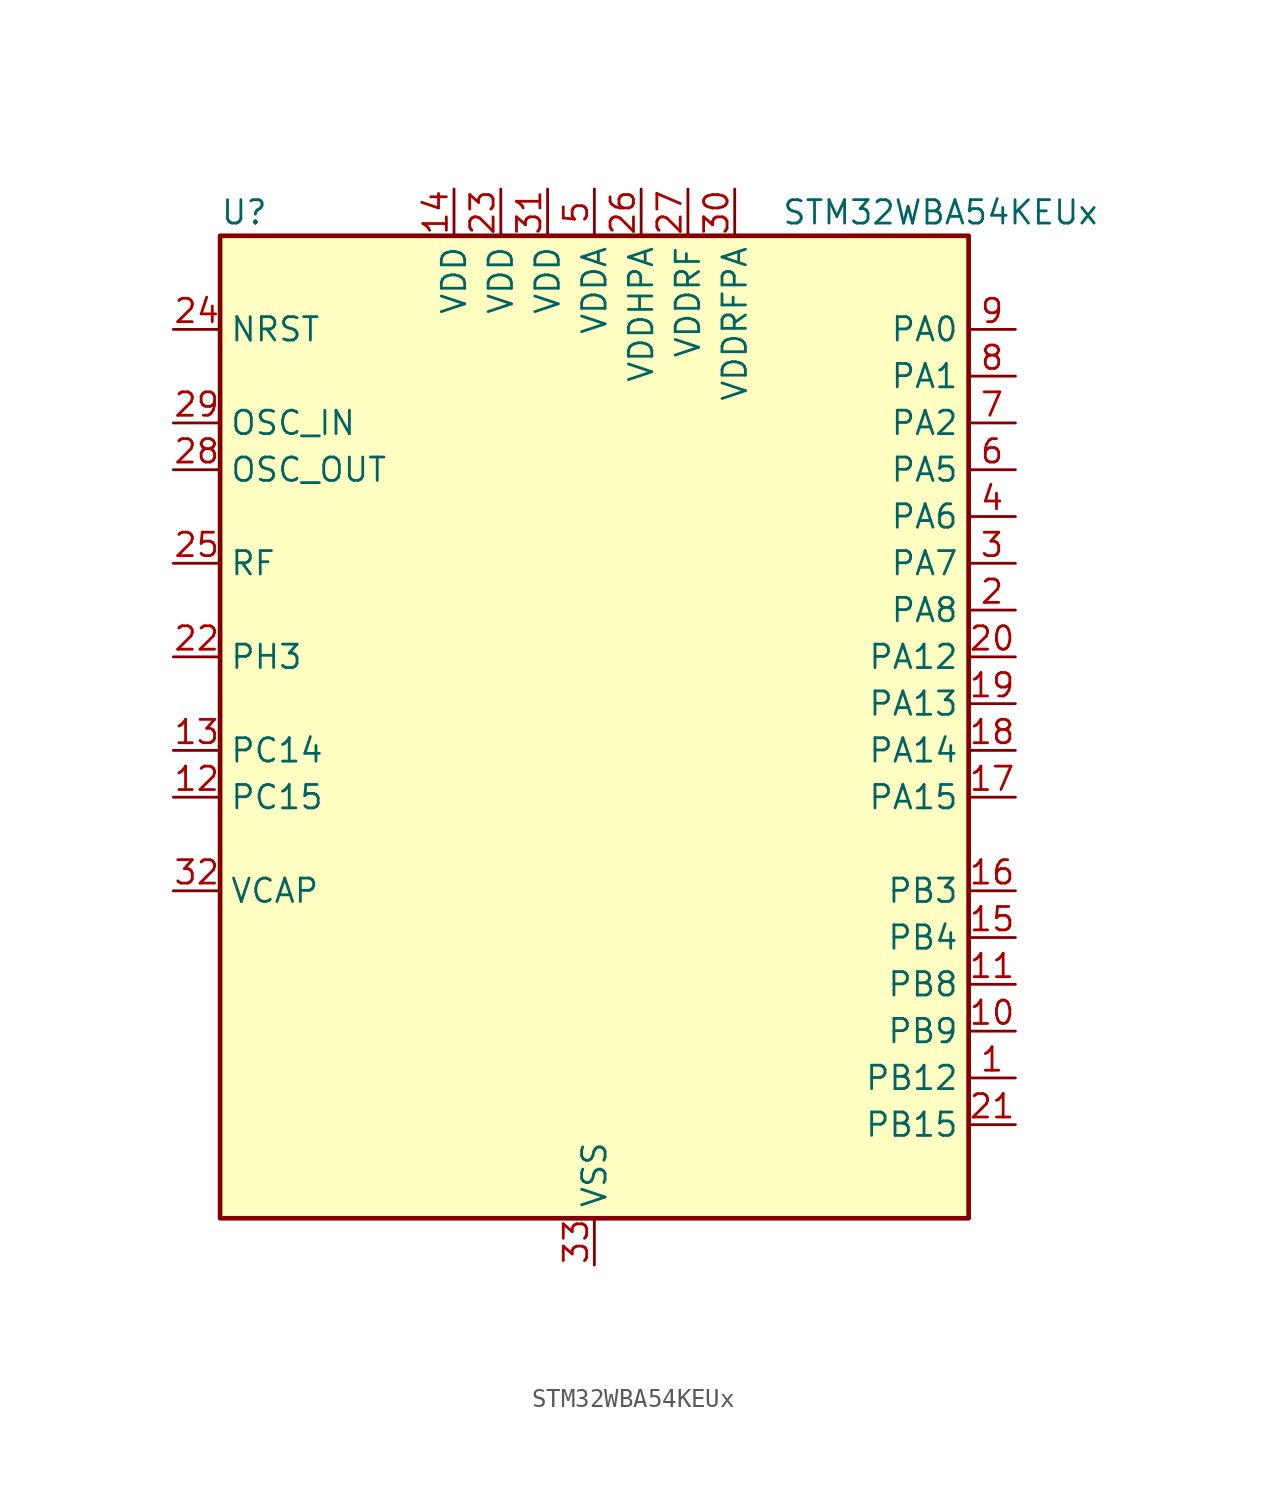
<source format=kicad_sym>
(kicad_symbol_lib
  (version 20241209)
  (generator "kicad_symbol_editor")
  (generator_version "9.0")
  (symbol "STM32WBA54KEUx"
    (property "Reference" "U"
      (at -20.32 29.21 0)
      (effects (font (size 1.27 1.27)) (justify left)))
    (property "Value" "STM32WBA54KEUx"
      (at 10.16 29.21 0)
      (effects (font (size 1.27 1.27)) (justify left)))
    (symbol "STM32WBA54KEUx_0_1"
      (rectangle (start -20.32 -25.4) (end 20.32 27.94) (stroke (width 0.254) (type default)) (fill (type background))))
    (symbol "STM32WBA54KEUx_1_1"
      (pin input line (at -22.86 22.86 0) (length 2.54) (name "NRST" (effects (font (size 1.27 1.27)))) (number "24" (effects (font (size 1.27 1.27)))))
      (pin input line (at -22.86 17.78 0) (length 2.54) (name "OSC_IN" (effects (font (size 1.27 1.27)))) (number "29" (effects (font (size 1.27 1.27)))) (alternate "RCC_OSC_IN" bidirectional line))
      (pin input line (at -22.86 15.24 0) (length 2.54) (name "OSC_OUT" (effects (font (size 1.27 1.27)))) (number "28" (effects (font (size 1.27 1.27)))) (alternate "RCC_OSC_OUT" bidirectional line))
      (pin bidirectional line (at -22.86 10.16 0) (length 2.54) (name "RF" (effects (font (size 1.27 1.27)))) (number "25" (effects (font (size 1.27 1.27)))))
      (pin bidirectional line (at -22.86 5.08 0) (length 2.54) (name "PH3" (effects (font (size 1.27 1.27)))) (number "22" (effects (font (size 1.27 1.27)))) (alternate "PTA_GRANT" bidirectional line) (alternate "RF_EXTPABYP" bidirectional line) (alternate "TAMP_IN2" bidirectional line) (alternate "TAMP_OUT1" bidirectional line))
      (pin bidirectional line (at -22.86 0 0) (length 2.54) (name "PC14" (effects (font (size 1.27 1.27)))) (number "13" (effects (font (size 1.27 1.27)))) (alternate "RCC_OSC32_IN" bidirectional line))
      (pin bidirectional line (at -22.86 -2.54 0) (length 2.54) (name "PC15" (effects (font (size 1.27 1.27)))) (number "12" (effects (font (size 1.27 1.27)))) (alternate "ADC4_EXTI15" bidirectional line) (alternate "RCC_OSC32_OUT" bidirectional line))
      (pin power_out line (at -22.86 -7.62 0) (length 2.54) (name "VCAP" (effects (font (size 1.27 1.27)))) (number "32" (effects (font (size 1.27 1.27)))))
      (pin power_in line (at -7.62 30.48 270) (length 2.54) (name "VDD" (effects (font (size 1.27 1.27)))) (number "14" (effects (font (size 1.27 1.27)))))
      (pin power_in line (at -5.08 30.48 270) (length 2.54) (name "VDD" (effects (font (size 1.27 1.27)))) (number "23" (effects (font (size 1.27 1.27)))))
      (pin power_in line (at -2.54 30.48 270) (length 2.54) (name "VDD" (effects (font (size 1.27 1.27)))) (number "31" (effects (font (size 1.27 1.27)))))
      (pin power_in line (at 0 30.48 270) (length 2.54) (name "VDDA" (effects (font (size 1.27 1.27)))) (number "5" (effects (font (size 1.27 1.27)))))
      (pin power_in line (at 0 -27.94 90) (length 2.54) (name "VSS" (effects (font (size 1.27 1.27)))) (number "33" (effects (font (size 1.27 1.27)))))
      (pin power_in line (at 2.54 30.48 270) (length 2.54) (name "VDDHPA" (effects (font (size 1.27 1.27)))) (number "26" (effects (font (size 1.27 1.27)))))
      (pin power_in line (at 5.08 30.48 270) (length 2.54) (name "VDDRF" (effects (font (size 1.27 1.27)))) (number "27" (effects (font (size 1.27 1.27)))))
      (pin power_in line (at 7.62 30.48 270) (length 2.54) (name "VDDRFPA" (effects (font (size 1.27 1.27)))) (number "30" (effects (font (size 1.27 1.27)))))
      (pin bidirectional line (at 22.86 22.86 180) (length 2.54) (name "PA0" (effects (font (size 1.27 1.27)))) (number "9" (effects (font (size 1.27 1.27)))) (alternate "ADC4_IN9" bidirectional line) (alternate "COMP2_INP" bidirectional line) (alternate "LPTIM1_IN1" bidirectional line) (alternate "LPUART1_CTS" bidirectional line) (alternate "PWR_WKUP1" bidirectional line) (alternate "SPI3_SCK" bidirectional line) (alternate "TIM1_CH2N" bidirectional line) (alternate "TIM3_CH3" bidirectional line) (alternate "TIM3_ETR" bidirectional line) (alternate "TSC_G2_IO2" bidirectional line))
      (pin bidirectional line (at 22.86 20.32 180) (length 2.54) (name "PA1" (effects (font (size 1.27 1.27)))) (number "8" (effects (font (size 1.27 1.27)))) (alternate "ADC4_IN8" bidirectional line) (alternate "COMP1_INM" bidirectional line) (alternate "LPTIM2_CH2" bidirectional line) (alternate "LPUART1_RX" bidirectional line) (alternate "PWR_WKUP3" bidirectional line) (alternate "SAI1_CK1" bidirectional line) (alternate "SPI1_RDY" bidirectional line) (alternate "TIM17_CH1" bidirectional line) (alternate "TIM1_CH1N" bidirectional line) (alternate "TIM3_CH2" bidirectional line) (alternate "TSC_G2_IO1" bidirectional line) (alternate "USART1_CK" bidirectional line))
      (pin bidirectional line (at 22.86 17.78 180) (length 2.54) (name "PA2" (effects (font (size 1.27 1.27)))) (number "7" (effects (font (size 1.27 1.27)))) (alternate "ADC4_IN7" bidirectional line) (alternate "COMP1_INP" bidirectional line) (alternate "LPUART1_TX" bidirectional line) (alternate "PWR_WKUP4" bidirectional line) (alternate "RCC_LSCO" bidirectional line) (alternate "SAI1_D1" bidirectional line) (alternate "TIM16_CH1" bidirectional line) (alternate "TIM1_BKIN" bidirectional line) (alternate "TIM3_CH1" bidirectional line) (alternate "TSC_G4_IO4" bidirectional line) (alternate "USART1_DE" bidirectional line) (alternate "USART1_RTS" bidirectional line))
      (pin bidirectional line (at 22.86 15.24 180) (length 2.54) (name "PA5" (effects (font (size 1.27 1.27)))) (number "6" (effects (font (size 1.27 1.27)))) (alternate "ADC4_IN4" bidirectional line) (alternate "AUDIOCLK" bidirectional line) (alternate "LPTIM2_ETR" bidirectional line) (alternate "PWR_CSLEEP" bidirectional line) (alternate "PWR_WKUP6" bidirectional line) (alternate "SAI1_D2" bidirectional line) (alternate "SPI3_NSS" bidirectional line) (alternate "TIM2_CH1" bidirectional line) (alternate "TIM2_ETR" bidirectional line) (alternate "TSC_G1_IO4" bidirectional line) (alternate "USART1_CK" bidirectional line))
      (pin bidirectional line (at 22.86 12.7 180) (length 2.54) (name "PA6" (effects (font (size 1.27 1.27)))) (number "4" (effects (font (size 1.27 1.27)))) (alternate "ADC4_IN3" bidirectional line) (alternate "I2C3_SCL" bidirectional line) (alternate "PWR_CSTOP" bidirectional line) (alternate "PWR_WKUP7" bidirectional line) (alternate "SAI1_CK2" bidirectional line) (alternate "SAI1_MCLK_A" bidirectional line) (alternate "SPI3_RDY" bidirectional line) (alternate "TIM2_CH4" bidirectional line) (alternate "TSC_G1_IO3" bidirectional line) (alternate "USART1_DE" bidirectional line) (alternate "USART1_RTS" bidirectional line))
      (pin bidirectional line (at 22.86 10.16 180) (length 2.54) (name "PA7" (effects (font (size 1.27 1.27)))) (number "3" (effects (font (size 1.27 1.27)))) (alternate "ADC4_IN2" bidirectional line) (alternate "COMP1_OUT" bidirectional line) (alternate "I2C3_SDA" bidirectional line) (alternate "PWR_WKUP8" bidirectional line) (alternate "SAI1_SCK_A" bidirectional line) (alternate "TAMP_IN1" bidirectional line) (alternate "TAMP_OUT2" bidirectional line) (alternate "TIM2_CH3" bidirectional line) (alternate "TSC_G1_IO2" bidirectional line) (alternate "USART1_CTS" bidirectional line))
      (pin bidirectional line (at 22.86 7.62 180) (length 2.54) (name "PA8" (effects (font (size 1.27 1.27)))) (number "2" (effects (font (size 1.27 1.27)))) (alternate "ADC4_IN1" bidirectional line) (alternate "LPTIM1_CH2" bidirectional line) (alternate "RCC_MCO" bidirectional line) (alternate "SAI1_FS_A" bidirectional line) (alternate "SPI3_RDY" bidirectional line) (alternate "TIM2_CH2" bidirectional line) (alternate "TSC_G1_IO1" bidirectional line) (alternate "USART1_RX" bidirectional line))
      (pin bidirectional line (at 22.86 5.08 180) (length 2.54) (name "PA12" (effects (font (size 1.27 1.27)))) (number "20" (effects (font (size 1.27 1.27)))) (alternate "COMP2_OUT" bidirectional line) (alternate "PTA_STATUS" bidirectional line) (alternate "PWR_WKUP6" bidirectional line) (alternate "RF_ANTSW0" bidirectional line) (alternate "SPI1_NSS" bidirectional line) (alternate "TIM1_CH2" bidirectional line) (alternate "TSC_G3_IO4" bidirectional line) (alternate "USART2_TX" bidirectional line))
      (pin bidirectional line (at 22.86 2.54 180) (length 2.54) (name "PA13" (effects (font (size 1.27 1.27)))) (number "19" (effects (font (size 1.27 1.27)))) (alternate "DEBUG_JTMS-SWDIO" bidirectional line) (alternate "IR_OUT" bidirectional line) (alternate "PTA_PRIORITY" bidirectional line))
      (pin bidirectional line (at 22.86 0 180) (length 2.54) (name "PA14" (effects (font (size 1.27 1.27)))) (number "18" (effects (font (size 1.27 1.27)))) (alternate "COMP2_OUT" bidirectional line) (alternate "DEBUG_JTCK-SWCLK" bidirectional line) (alternate "PTA_STATUS" bidirectional line) (alternate "TAMP_IN3" bidirectional line) (alternate "TAMP_OUT6" bidirectional line) (alternate "USART2_TX" bidirectional line))
      (pin bidirectional line (at 22.86 -2.54 180) (length 2.54) (name "PA15" (effects (font (size 1.27 1.27)))) (number "17" (effects (font (size 1.27 1.27)))) (alternate "ADC4_EXTI15" bidirectional line) (alternate "DEBUG_JTDI" bidirectional line) (alternate "I2C1_SCL" bidirectional line) (alternate "LPTIM1_CH2" bidirectional line) (alternate "PTA_STATUS" bidirectional line) (alternate "SPI1_MOSI" bidirectional line) (alternate "TIM17_BKIN" bidirectional line) (alternate "TIM1_ETR" bidirectional line) (alternate "TSC_G3_IO3" bidirectional line) (alternate "USART2_DE" bidirectional line) (alternate "USART2_RTS" bidirectional line))
      (pin bidirectional line (at 22.86 -7.62 180) (length 2.54) (name "PB3" (effects (font (size 1.27 1.27)))) (number "16" (effects (font (size 1.27 1.27)))) (alternate "DEBUG_JTDO-SWO" bidirectional line) (alternate "I2C1_SDA" bidirectional line) (alternate "LPTIM1_IN2" bidirectional line) (alternate "PTA_ACTIVE" bidirectional line) (alternate "SPI1_MISO" bidirectional line) (alternate "TIM17_CH1N" bidirectional line) (alternate "TIM1_CH4" bidirectional line) (alternate "TSC_G3_IO2" bidirectional line) (alternate "USART2_CK" bidirectional line))
      (pin bidirectional line (at 22.86 -10.16 180) (length 2.54) (name "PB4" (effects (font (size 1.27 1.27)))) (number "15" (effects (font (size 1.27 1.27)))) (alternate "DEBUG_JTRST" bidirectional line) (alternate "LPTIM2_IN2" bidirectional line) (alternate "PTA_ACTIVE" bidirectional line) (alternate "PTA_PRIORITY" bidirectional line) (alternate "SAI1_MCLK_B" bidirectional line) (alternate "SPI1_SCK" bidirectional line) (alternate "TIM17_CH1" bidirectional line) (alternate "TIM1_CH3" bidirectional line) (alternate "TSC_G3_IO1" bidirectional line) (alternate "USART2_RX" bidirectional line))
      (pin bidirectional line (at 22.86 -12.7 180) (length 2.54) (name "PB8" (effects (font (size 1.27 1.27)))) (number "11" (effects (font (size 1.27 1.27)))) (alternate "COMP1_OUT" bidirectional line) (alternate "LPTIM1_ETR" bidirectional line) (alternate "PWR_PVD_IN" bidirectional line) (alternate "SPI3_MOSI" bidirectional line) (alternate "TIM16_CH1N" bidirectional line) (alternate "TIM1_CH1" bidirectional line) (alternate "TIM3_ETR" bidirectional line) (alternate "TSC_G2_IO4" bidirectional line) (alternate "USART2_RX" bidirectional line))
      (pin bidirectional line (at 22.86 -15.24 180) (length 2.54) (name "PB9" (effects (font (size 1.27 1.27)))) (number "10" (effects (font (size 1.27 1.27)))) (alternate "ADC4_IN10" bidirectional line) (alternate "COMP2_INM" bidirectional line) (alternate "IR_OUT" bidirectional line) (alternate "LPTIM2_IN1" bidirectional line) (alternate "LPUART1_DE" bidirectional line) (alternate "LPUART1_RTS" bidirectional line) (alternate "PWR_WKUP8" bidirectional line) (alternate "SPI3_MISO" bidirectional line) (alternate "TIM16_CH1" bidirectional line) (alternate "TIM1_CH3N" bidirectional line) (alternate "TIM3_CH4" bidirectional line) (alternate "TSC_G2_IO3" bidirectional line))
      (pin bidirectional line (at 22.86 -17.78 180) (length 2.54) (name "PB12" (effects (font (size 1.27 1.27)))) (number "1" (effects (font (size 1.27 1.27)))) (alternate "SAI1_SD_A" bidirectional line) (alternate "SPI1_RDY" bidirectional line) (alternate "TIM2_CH1" bidirectional line) (alternate "TIM2_ETR" bidirectional line) (alternate "TIM3_ETR" bidirectional line) (alternate "TSC_SYNC" bidirectional line) (alternate "USART1_TX" bidirectional line))
      (pin bidirectional line (at 22.86 -20.32 180) (length 2.54) (name "PB15" (effects (font (size 1.27 1.27)))) (number "21" (effects (font (size 1.27 1.27)))) (alternate "ADC4_EXTI15" bidirectional line) (alternate "I2C1_SMBA" bidirectional line) (alternate "I2C3_SMBA" bidirectional line) (alternate "LPUART1_CTS" bidirectional line) (alternate "PTA_GRANT" bidirectional line) (alternate "RF_EXTPABYP" bidirectional line) (alternate "TIM16_BKIN" bidirectional line) (alternate "TIM1_BKIN2" bidirectional line) (alternate "USART2_CTS" bidirectional line)))))
</source>
